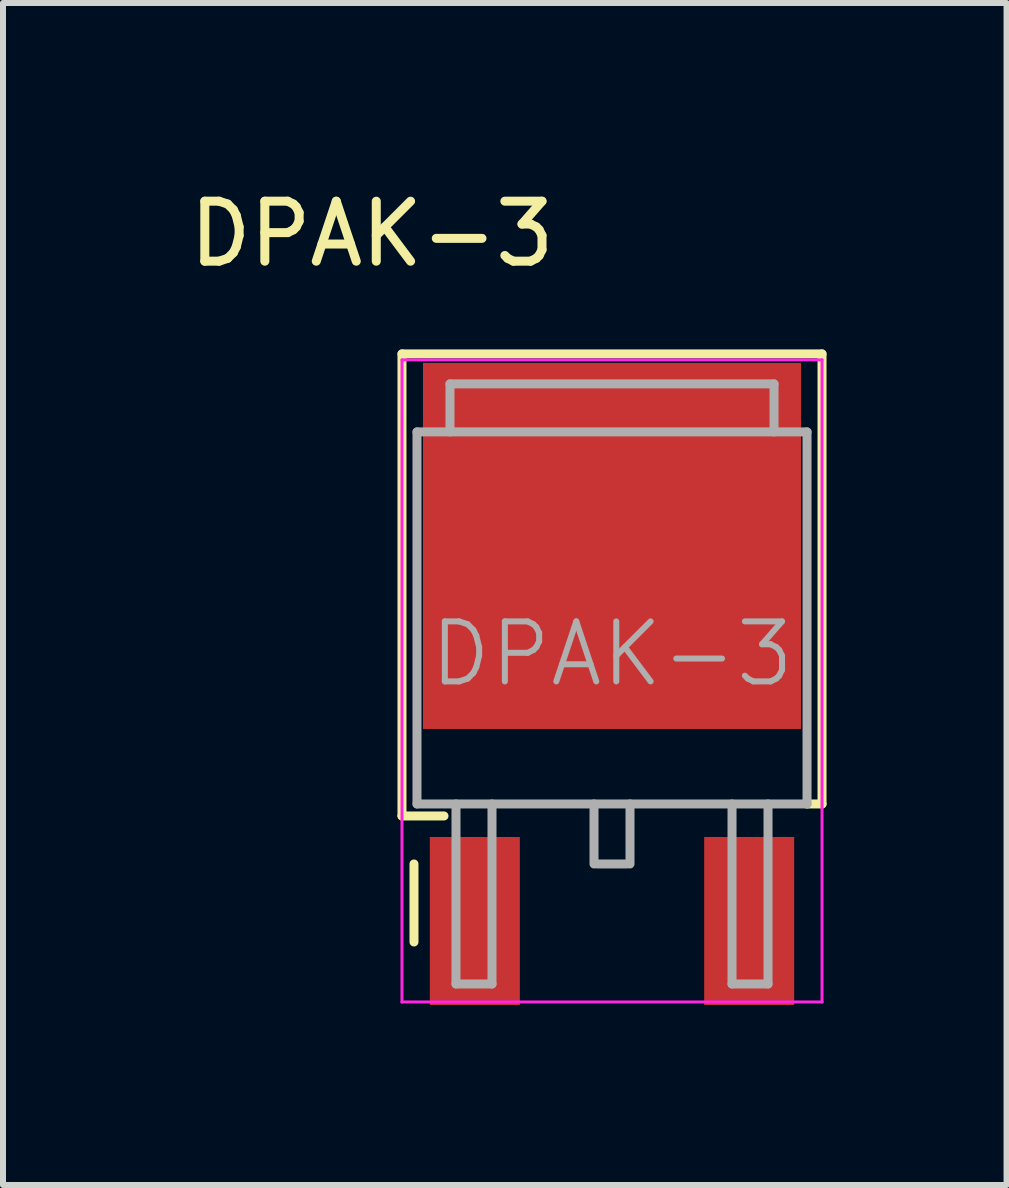
<source format=kicad_pcb>
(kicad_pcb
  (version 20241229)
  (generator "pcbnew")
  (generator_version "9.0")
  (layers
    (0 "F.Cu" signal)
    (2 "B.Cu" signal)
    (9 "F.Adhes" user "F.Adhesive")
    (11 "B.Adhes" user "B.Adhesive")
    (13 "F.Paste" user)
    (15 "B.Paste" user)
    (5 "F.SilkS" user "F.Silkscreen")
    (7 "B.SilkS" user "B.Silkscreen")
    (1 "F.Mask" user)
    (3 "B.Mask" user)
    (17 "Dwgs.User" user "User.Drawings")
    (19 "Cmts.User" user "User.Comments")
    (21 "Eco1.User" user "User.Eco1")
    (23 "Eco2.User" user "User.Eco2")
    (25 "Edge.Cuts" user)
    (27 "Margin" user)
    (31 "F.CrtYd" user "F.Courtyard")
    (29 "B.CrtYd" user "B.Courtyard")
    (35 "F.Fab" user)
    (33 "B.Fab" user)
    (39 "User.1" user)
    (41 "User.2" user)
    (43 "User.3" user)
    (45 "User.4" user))
  (footprint "DPAK-3"
    (layer "F.Cu")
    (at 7.149 8.348)
    (property "Reference" "DPAK-3" (at -4 -7.5 180) (layer "F.SilkS") (effects (font (size 1 1) (thickness 0.15))))
    (attr smd)
    (fp_line (start -3.5 -5.5) (end -3.5 2.2) (stroke (width 0.15) (type solid)) (layer "F.SilkS"))
    (fp_line (start -3.5 -5.5) (end 3.5 -5.5) (stroke (width 0.15) (type solid)) (layer "F.SilkS"))
    (fp_line (start -3.5 2.2) (end -2.8 2.2) (stroke (width 0.15) (type solid)) (layer "F.SilkS"))
    (fp_line (start -3.3 3) (end -3.3 4.3) (stroke (width 0.15) (type solid)) (layer "F.SilkS"))
    (fp_line (start 3.5 -5.5) (end 3.5 2) (stroke (width 0.15) (type solid)) (layer "F.SilkS"))
    (fp_line (start 3.5 2) (end 3.25 2) (stroke (width 0.15) (type solid)) (layer "F.SilkS"))
    (fp_line (start -3.5 -5.4) (end -3.5 5.3) (stroke (width 0.05) (type solid)) (layer "F.CrtYd"))
    (fp_line (start -3.5 -5.4) (end 3.5 -5.4) (stroke (width 0.05) (type solid)) (layer "F.CrtYd"))
    (fp_line (start -3.5 5.3) (end 3.5 5.3) (stroke (width 0.05) (type solid)) (layer "F.CrtYd"))
    (fp_line (start 3.5 -5.4) (end 3.5 5.3) (stroke (width 0.05) (type solid)) (layer "F.CrtYd"))
    (fp_line (start -3.25 -4.2) (end -3.25 2) (stroke (width 0.15) (type solid)) (layer "F.Fab"))
    (fp_line (start -3.25 2) (end 3.25 2) (stroke (width 0.15) (type solid)) (layer "F.Fab"))
    (fp_line (start -2.7 -5) (end -2.7 -4.2) (stroke (width 0.15) (type solid)) (layer "F.Fab"))
    (fp_line (start -2.7 -5) (end 2.7 -5) (stroke (width 0.15) (type solid)) (layer "F.Fab"))
    (fp_line (start -2.6 2) (end -2.6 5) (stroke (width 0.15) (type solid)) (layer "F.Fab"))
    (fp_line (start -2.6 5) (end -2 5) (stroke (width 0.15) (type solid)) (layer "F.Fab"))
    (fp_line (start -2 2) (end -2 5) (stroke (width 0.15) (type solid)) (layer "F.Fab"))
    (fp_line (start -0.3 2) (end -0.3 3) (stroke (width 0.15) (type solid)) (layer "F.Fab"))
    (fp_line (start -0.25 3) (end 0.25 3) (stroke (width 0.15) (type solid)) (layer "F.Fab"))
    (fp_line (start 0.3 3) (end 0.3 2) (stroke (width 0.15) (type solid)) (layer "F.Fab"))
    (fp_line (start 2 2) (end 2 5) (stroke (width 0.15) (type solid)) (layer "F.Fab"))
    (fp_line (start 2 5) (end 2.6 5) (stroke (width 0.15) (type solid)) (layer "F.Fab"))
    (fp_line (start 2.6 5) (end 2.6 2) (stroke (width 0.15) (type solid)) (layer "F.Fab"))
    (fp_line (start 2.7 -5) (end 2.7 -4.2) (stroke (width 0.15) (type solid)) (layer "F.Fab"))
    (fp_line (start 3.25 -4.2) (end -3.25 -4.2) (stroke (width 0.15) (type solid)) (layer "F.Fab"))
    (fp_line (start 3.25 2) (end 3.25 -4.2) (stroke (width 0.15) (type solid)) (layer "F.Fab"))
    (fp_text user "${REFERENCE}" (at 0 -0.5 0) (layer "F.Fab") (effects (font (size 1 1) (thickness 0.1))))
    (pad "1" smd rect (at -2.286 3.95) (size 1.5 2.8) (layers "F.Cu" "F.Mask" "F.Paste"))
    (pad "2" smd rect (at 0 -2.3) (size 6.3 6.1) (layers "F.Cu" "F.Mask" "F.Paste"))
    (pad "3" smd rect (at 2.286 3.95) (size 1.5 2.8) (layers "F.Cu" "F.Mask" "F.Paste")))
  (gr_rect
    (start -3 -3)
    (end 13.724 16.698)
    (stroke (width 0.1) (type default))
    (fill no)
    (layer "Edge.Cuts")))
</source>
